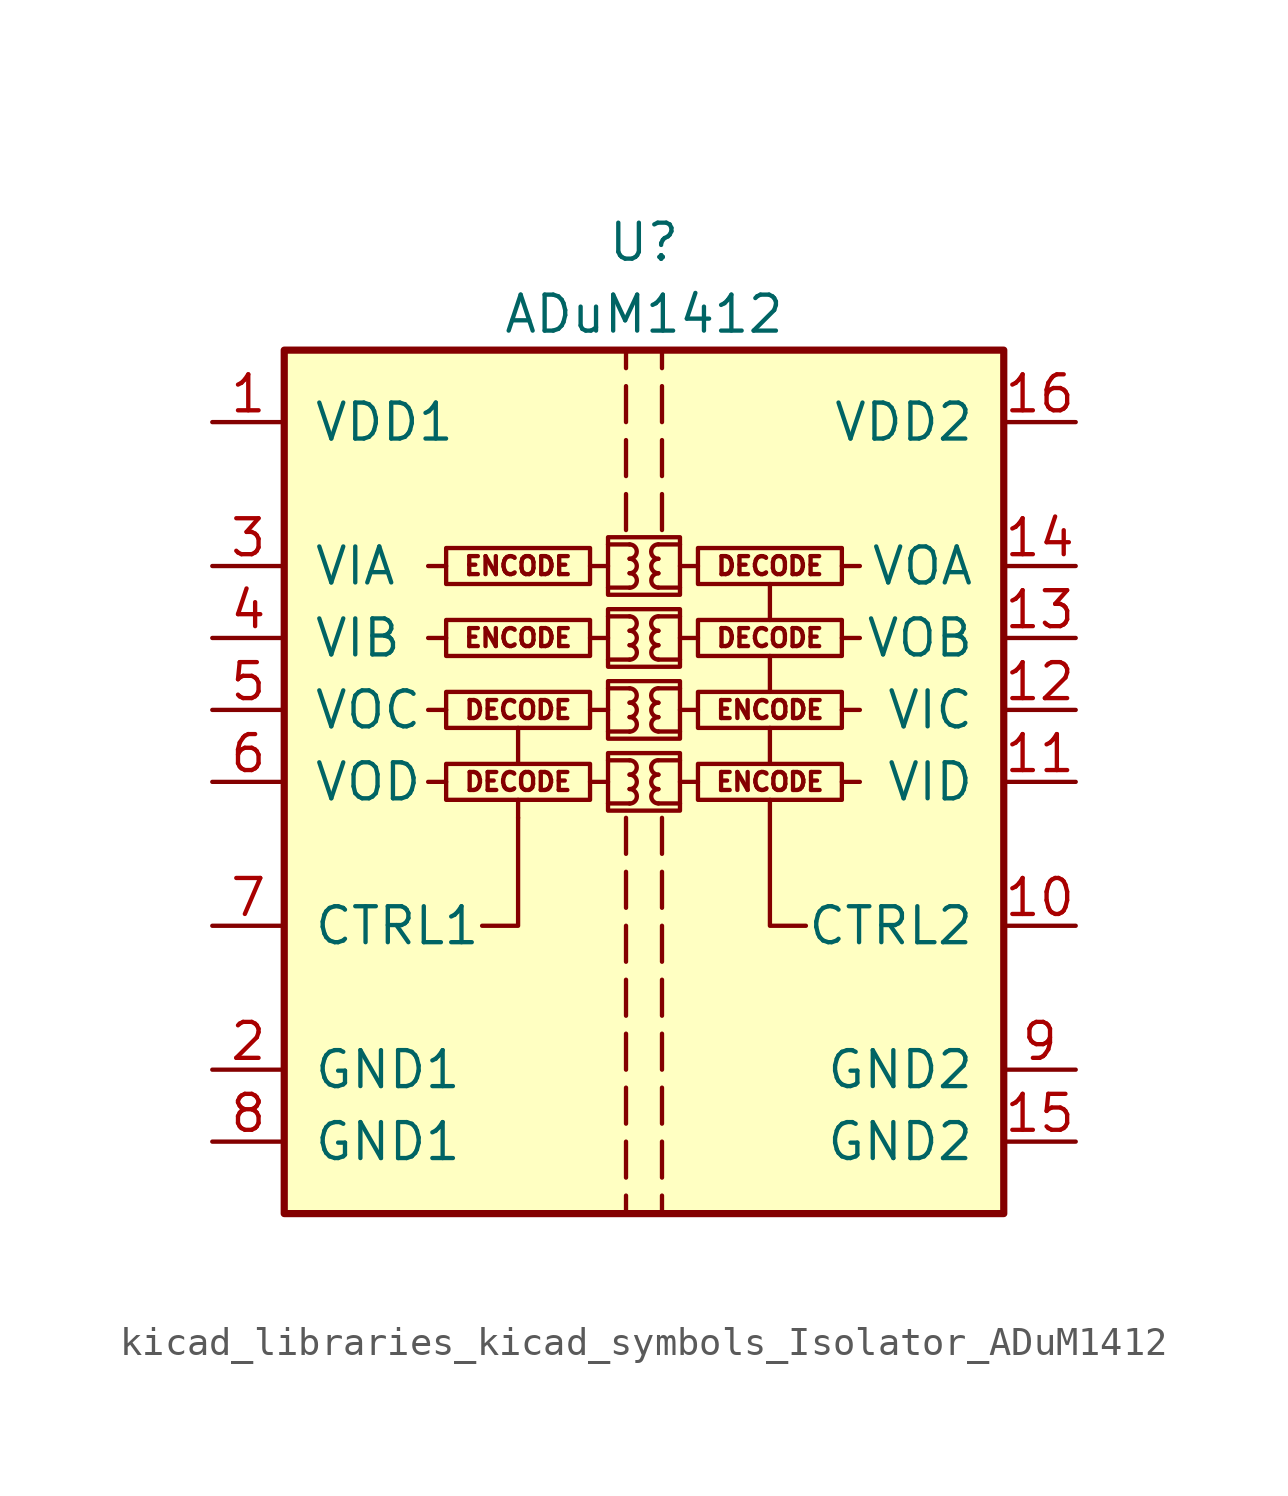
<source format=kicad_sym>
(kicad_symbol_lib
  (version 20220914)
  (generator kicad_symbol_editor)
  (symbol "kicad_libraries_kicad_symbols_Isolator_ADuM1412"
    (pin_names
      (offset 1.016))
    (property "Reference" "U"
      (at 0 19.05 0)
      (effects (font (size 1.27 1.27))))
    (property "Value" "ADuM1412"
      (at 0 16.51 0)
      (effects (font (size 1.27 1.27))))
    (symbol "kicad_libraries_kicad_symbols_Isolator_ADuM1412_0_0"
      (rectangle (start -1.905 0.635) (end -6.985 -0.635) (stroke (width 0) (type default)) (fill (type none)))
      (rectangle (start -1.27 1.016) (end 1.27 -1.016) (stroke (width 0) (type default)) (fill (type none)))
      (rectangle (start -1.27 3.556) (end 1.27 1.524) (stroke (width 0) (type default)) (fill (type none)))
      (rectangle (start -1.27 6.096) (end 1.27 4.064) (stroke (width 0) (type default)) (fill (type none)))
      (rectangle (start -1.27 8.636) (end 1.27 6.604) (stroke (width 0) (type default)) (fill (type none)))
      (arc (start -0.508 -0.762) (mid -0.2551 -0.508) (end -0.508 -0.254) (stroke (width 0) (type default)) (fill (type none)))
      (arc (start -0.508 -0.254) (mid -0.2551 0) (end -0.508 0.254) (stroke (width 0) (type default)) (fill (type none)))
      (arc (start -0.508 0.254) (mid -0.2551 0.508) (end -0.508 0.762) (stroke (width 0) (type default)) (fill (type none)))
      (arc (start -0.508 1.778) (mid -0.2551 2.032) (end -0.508 2.286) (stroke (width 0) (type default)) (fill (type none)))
      (arc (start -0.508 2.286) (mid -0.2551 2.54) (end -0.508 2.794) (stroke (width 0) (type default)) (fill (type none)))
      (arc (start -0.508 2.794) (mid -0.2551 3.048) (end -0.508 3.302) (stroke (width 0) (type default)) (fill (type none)))
      (arc (start -0.508 4.318) (mid -0.2551 4.572) (end -0.508 4.826) (stroke (width 0) (type default)) (fill (type none)))
      (arc (start -0.508 4.826) (mid -0.2551 5.08) (end -0.508 5.334) (stroke (width 0) (type default)) (fill (type none)))
      (arc (start -0.508 5.334) (mid -0.2551 5.588) (end -0.508 5.842) (stroke (width 0) (type default)) (fill (type none)))
      (arc (start -0.508 6.858) (mid -0.2551 7.112) (end -0.508 7.366) (stroke (width 0) (type default)) (fill (type none)))
      (arc (start -0.508 7.366) (mid -0.2551 7.62) (end -0.508 7.874) (stroke (width 0) (type default)) (fill (type none)))
      (arc (start -0.508 7.874) (mid -0.2551 8.128) (end -0.508 8.382) (stroke (width 0) (type default)) (fill (type none)))
      (polyline (pts (xy -6.985 0) (xy -7.62 0)) (stroke (width 0) (type default)) (fill (type none)))
      (polyline (pts (xy -6.985 2.54) (xy -7.62 2.54)) (stroke (width 0) (type default)) (fill (type none)))
      (polyline (pts (xy -6.985 5.08) (xy -7.62 5.08)) (stroke (width 0) (type default)) (fill (type none)))
      (polyline (pts (xy -6.985 7.62) (xy -7.62 7.62)) (stroke (width 0) (type default)) (fill (type none)))
      (polyline (pts (xy -4.445 -1.27) (xy -4.445 -0.635)) (stroke (width 0) (type default)) (fill (type none)))
      (polyline (pts (xy -4.445 0.635) (xy -4.445 1.905)) (stroke (width 0) (type default)) (fill (type none)))
      (polyline (pts (xy -1.905 0) (xy -1.27 0)) (stroke (width 0) (type default)) (fill (type none)))
      (polyline (pts (xy -1.905 2.54) (xy -1.27 2.54)) (stroke (width 0) (type default)) (fill (type none)))
      (polyline (pts (xy -1.905 5.08) (xy -1.27 5.08)) (stroke (width 0) (type default)) (fill (type none)))
      (polyline (pts (xy -1.905 7.62) (xy -1.27 7.62)) (stroke (width 0) (type default)) (fill (type none)))
      (polyline (pts (xy -1.27 -0.762) (xy -0.508 -0.762)) (stroke (width 0) (type default)) (fill (type none)))
      (polyline (pts (xy -1.27 0.762) (xy -0.508 0.762)) (stroke (width 0) (type default)) (fill (type none)))
      (polyline (pts (xy -1.27 1.778) (xy -0.508 1.778)) (stroke (width 0) (type default)) (fill (type none)))
      (polyline (pts (xy -1.27 3.302) (xy -0.508 3.302)) (stroke (width 0) (type default)) (fill (type none)))
      (polyline (pts (xy -1.27 4.318) (xy -0.508 4.318)) (stroke (width 0) (type default)) (fill (type none)))
      (polyline (pts (xy -1.27 5.842) (xy -0.508 5.842)) (stroke (width 0) (type default)) (fill (type none)))
      (polyline (pts (xy -1.27 6.858) (xy -0.508 6.858)) (stroke (width 0) (type default)) (fill (type none)))
      (polyline (pts (xy -1.27 8.382) (xy -0.508 8.382)) (stroke (width 0) (type default)) (fill (type none)))
      (polyline (pts (xy -0.635 -10.795) (xy -0.635 -12.065)) (stroke (width 0) (type default)) (fill (type none)))
      (polyline (pts (xy -0.635 -8.89) (xy -0.635 -10.16)) (stroke (width 0) (type default)) (fill (type none)))
      (polyline (pts (xy -0.635 -6.985) (xy -0.635 -8.255)) (stroke (width 0) (type default)) (fill (type none)))
      (polyline (pts (xy -0.635 -5.08) (xy -0.635 -6.35)) (stroke (width 0) (type default)) (fill (type none)))
      (polyline (pts (xy -0.635 -3.175) (xy -0.635 -4.445)) (stroke (width 0) (type default)) (fill (type none)))
      (polyline (pts (xy -0.635 -1.27) (xy -0.635 -2.54)) (stroke (width 0) (type default)) (fill (type none)))
      (polyline (pts (xy -0.635 8.89) (xy -0.635 10.16)) (stroke (width 0) (type default)) (fill (type none)))
      (polyline (pts (xy -0.635 10.795) (xy -0.635 12.065)) (stroke (width 0) (type default)) (fill (type none)))
      (polyline (pts (xy -0.635 12.7) (xy -0.635 13.97)) (stroke (width 0) (type default)) (fill (type none)))
      (polyline (pts (xy -0.635 15.24) (xy -0.635 14.605)) (stroke (width 0) (type default)) (fill (type none)))
      (polyline (pts (xy 0.635 -10.795) (xy 0.635 -12.065)) (stroke (width 0) (type default)) (fill (type none)))
      (polyline (pts (xy 0.635 -8.89) (xy 0.635 -10.16)) (stroke (width 0) (type default)) (fill (type none)))
      (polyline (pts (xy 0.635 -6.985) (xy 0.635 -8.255)) (stroke (width 0) (type default)) (fill (type none)))
      (polyline (pts (xy 0.635 -5.08) (xy 0.635 -6.35)) (stroke (width 0) (type default)) (fill (type none)))
      (polyline (pts (xy 0.635 -3.175) (xy 0.635 -4.445)) (stroke (width 0) (type default)) (fill (type none)))
      (polyline (pts (xy 0.635 -1.27) (xy 0.635 -2.54)) (stroke (width 0) (type default)) (fill (type none)))
      (polyline (pts (xy 0.635 8.89) (xy 0.635 10.16)) (stroke (width 0) (type default)) (fill (type none)))
      (polyline (pts (xy 0.635 12.065) (xy 0.635 10.795)) (stroke (width 0) (type default)) (fill (type none)))
      (polyline (pts (xy 0.635 13.97) (xy 0.635 12.7)) (stroke (width 0) (type default)) (fill (type none)))
      (polyline (pts (xy 0.635 14.605) (xy 0.635 15.24)) (stroke (width 0) (type default)) (fill (type none)))
      (polyline (pts (xy 1.27 -0.762) (xy 0.508 -0.762)) (stroke (width 0) (type default)) (fill (type none)))
      (polyline (pts (xy 1.27 0.762) (xy 0.508 0.762)) (stroke (width 0) (type default)) (fill (type none)))
      (polyline (pts (xy 1.27 1.778) (xy 0.508 1.778)) (stroke (width 0) (type default)) (fill (type none)))
      (polyline (pts (xy 1.27 3.302) (xy 0.508 3.302)) (stroke (width 0) (type default)) (fill (type none)))
      (polyline (pts (xy 1.27 4.318) (xy 0.508 4.318)) (stroke (width 0) (type default)) (fill (type none)))
      (polyline (pts (xy 1.27 5.842) (xy 0.508 5.842)) (stroke (width 0) (type default)) (fill (type none)))
      (polyline (pts (xy 1.27 6.858) (xy 0.508 6.858)) (stroke (width 0) (type default)) (fill (type none)))
      (polyline (pts (xy 1.27 8.382) (xy 0.508 8.382)) (stroke (width 0) (type default)) (fill (type none)))
      (polyline (pts (xy 1.905 0) (xy 1.27 0)) (stroke (width 0) (type default)) (fill (type none)))
      (polyline (pts (xy 1.905 2.54) (xy 1.27 2.54)) (stroke (width 0) (type default)) (fill (type none)))
      (polyline (pts (xy 1.905 5.08) (xy 1.27 5.08)) (stroke (width 0) (type default)) (fill (type none)))
      (polyline (pts (xy 1.905 7.62) (xy 1.27 7.62)) (stroke (width 0) (type default)) (fill (type none)))
      (polyline (pts (xy 4.445 0.635) (xy 4.445 1.905)) (stroke (width 0) (type default)) (fill (type none)))
      (polyline (pts (xy 4.445 3.175) (xy 4.445 4.445)) (stroke (width 0) (type default)) (fill (type none)))
      (polyline (pts (xy 4.445 5.715) (xy 4.445 6.985)) (stroke (width 0) (type default)) (fill (type none)))
      (polyline (pts (xy 6.985 0) (xy 7.62 0)) (stroke (width 0) (type default)) (fill (type none)))
      (polyline (pts (xy 6.985 2.54) (xy 7.62 2.54)) (stroke (width 0) (type default)) (fill (type none)))
      (polyline (pts (xy 6.985 5.08) (xy 7.62 5.08)) (stroke (width 0) (type default)) (fill (type none)))
      (polyline (pts (xy 6.985 7.62) (xy 7.62 7.62)) (stroke (width 0) (type default)) (fill (type none)))
      (polyline (pts (xy -4.445 -1.27) (xy -4.445 -5.08) (xy -5.715 -5.08)) (stroke (width 0) (type default)) (fill (type none)))
      (polyline (pts (xy 5.715 -5.08) (xy 4.445 -5.08) (xy 4.445 -0.635)) (stroke (width 0) (type default)) (fill (type none)))
      (arc (start 0.508 -0.254) (mid 0.2551 -0.508) (end 0.508 -0.762) (stroke (width 0) (type default)) (fill (type none)))
      (arc (start 0.508 0.254) (mid 0.2551 0) (end 0.508 -0.254) (stroke (width 0) (type default)) (fill (type none)))
      (arc (start 0.508 0.762) (mid 0.2551 0.508) (end 0.508 0.254) (stroke (width 0) (type default)) (fill (type none)))
      (arc (start 0.508 2.286) (mid 0.2551 2.032) (end 0.508 1.778) (stroke (width 0) (type default)) (fill (type none)))
      (arc (start 0.508 2.794) (mid 0.2551 2.54) (end 0.508 2.286) (stroke (width 0) (type default)) (fill (type none)))
      (arc (start 0.508 3.302) (mid 0.2551 3.048) (end 0.508 2.794) (stroke (width 0) (type default)) (fill (type none)))
      (arc (start 0.508 4.826) (mid 0.2551 4.572) (end 0.508 4.318) (stroke (width 0) (type default)) (fill (type none)))
      (arc (start 0.508 5.334) (mid 0.2551 5.08) (end 0.508 4.826) (stroke (width 0) (type default)) (fill (type none)))
      (arc (start 0.508 5.842) (mid 0.2551 5.588) (end 0.508 5.334) (stroke (width 0) (type default)) (fill (type none)))
      (arc (start 0.508 7.366) (mid 0.2551 7.112) (end 0.508 6.858) (stroke (width 0) (type default)) (fill (type none)))
      (arc (start 0.508 7.874) (mid 0.2551 7.62) (end 0.508 7.366) (stroke (width 0) (type default)) (fill (type none)))
      (arc (start 0.508 8.382) (mid 0.2551 8.128) (end 0.508 7.874) (stroke (width 0) (type default)) (fill (type none)))
      (rectangle (start 1.905 0.635) (end 6.985 -0.635) (stroke (width 0) (type default)) (fill (type none)))
      (rectangle (start 1.905 3.175) (end 6.985 1.905) (stroke (width 0) (type default)) (fill (type none)))
      (rectangle (start 1.905 5.715) (end 6.985 4.445) (stroke (width 0) (type default)) (fill (type none)))
      (rectangle (start 1.905 8.255) (end 6.985 6.985) (stroke (width 0) (type default)) (fill (type none)))
      (text "DECODE" (at -4.445 0 0) (effects (font (size 0.635 0.635))))
      (text "DECODE" (at -4.445 2.54 0) (effects (font (size 0.635 0.635))))
      (text "DECODE" (at 4.445 5.08 0) (effects (font (size 0.635 0.635))))
      (text "DECODE" (at 4.445 7.62 0) (effects (font (size 0.635 0.635))))
      (text "ENCODE" (at -4.445 5.08 0) (effects (font (size 0.635 0.635))))
      (text "ENCODE" (at -4.445 7.62 0) (effects (font (size 0.635 0.635))))
      (text "ENCODE" (at 4.445 0 0) (effects (font (size 0.635 0.635))))
      (text "ENCODE" (at 4.445 2.54 0) (effects (font (size 0.635 0.635)))))
    (symbol "kicad_libraries_kicad_symbols_Isolator_ADuM1412_0_1"
      (rectangle (start -12.7 15.24) (end 12.7 -15.24) (stroke (width 0.254) (type default)) (fill (type background)))
      (rectangle (start -1.905 3.175) (end -6.985 1.905) (stroke (width 0) (type default)) (fill (type none)))
      (rectangle (start -1.905 5.715) (end -6.985 4.445) (stroke (width 0) (type default)) (fill (type none)))
      (rectangle (start -1.905 8.255) (end -6.985 6.985) (stroke (width 0) (type default)) (fill (type none)))
      (polyline (pts (xy -0.635 -14.605) (xy -0.635 -15.24)) (stroke (width 0) (type default)) (fill (type none)))
      (polyline (pts (xy -0.635 -12.7) (xy -0.635 -13.97)) (stroke (width 0) (type default)) (fill (type none)))
      (polyline (pts (xy 0.635 -14.605) (xy 0.635 -15.24)) (stroke (width 0) (type default)) (fill (type none)))
      (polyline (pts (xy 0.635 -12.7) (xy 0.635 -13.97)) (stroke (width 0) (type default)) (fill (type none))))
    (symbol "kicad_libraries_kicad_symbols_Isolator_ADuM1412_1_1"
      (pin power_in line (at -15.24 12.7 0) (length 2.54) (name "VDD1" (effects (font (size 1.27 1.27)))) (number "1" (effects (font (size 1.27 1.27)))))
      (pin input line (at 15.24 -5.08 180) (length 2.54) (name "CTRL2" (effects (font (size 1.27 1.27)))) (number "10" (effects (font (size 1.27 1.27)))))
      (pin input line (at 15.24 0 180) (length 2.54) (name "VID" (effects (font (size 1.27 1.27)))) (number "11" (effects (font (size 1.27 1.27)))))
      (pin input line (at 15.24 2.54 180) (length 2.54) (name "VIC" (effects (font (size 1.27 1.27)))) (number "12" (effects (font (size 1.27 1.27)))))
      (pin output line (at 15.24 5.08 180) (length 2.54) (name "VOB" (effects (font (size 1.27 1.27)))) (number "13" (effects (font (size 1.27 1.27)))))
      (pin output line (at 15.24 7.62 180) (length 2.54) (name "VOA" (effects (font (size 1.27 1.27)))) (number "14" (effects (font (size 1.27 1.27)))))
      (pin power_in line (at 15.24 -12.7 180) (length 2.54) (name "GND2" (effects (font (size 1.27 1.27)))) (number "15" (effects (font (size 1.27 1.27)))))
      (pin power_in line (at 15.24 12.7 180) (length 2.54) (name "VDD2" (effects (font (size 1.27 1.27)))) (number "16" (effects (font (size 1.27 1.27)))))
      (pin power_in line (at -15.24 -10.16 0) (length 2.54) (name "GND1" (effects (font (size 1.27 1.27)))) (number "2" (effects (font (size 1.27 1.27)))))
      (pin input line (at -15.24 7.62 0) (length 2.54) (name "VIA" (effects (font (size 1.27 1.27)))) (number "3" (effects (font (size 1.27 1.27)))))
      (pin input line (at -15.24 5.08 0) (length 2.54) (name "VIB" (effects (font (size 1.27 1.27)))) (number "4" (effects (font (size 1.27 1.27)))))
      (pin output line (at -15.24 2.54 0) (length 2.54) (name "VOC" (effects (font (size 1.27 1.27)))) (number "5" (effects (font (size 1.27 1.27)))))
      (pin output line (at -15.24 0 0) (length 2.54) (name "VOD" (effects (font (size 1.27 1.27)))) (number "6" (effects (font (size 1.27 1.27)))))
      (pin input line (at -15.24 -5.08 0) (length 2.54) (name "CTRL1" (effects (font (size 1.27 1.27)))) (number "7" (effects (font (size 1.27 1.27)))))
      (pin power_in line (at -15.24 -12.7 0) (length 2.54) (name "GND1" (effects (font (size 1.27 1.27)))) (number "8" (effects (font (size 1.27 1.27)))))
      (pin power_in line (at 15.24 -10.16 180) (length 2.54) (name "GND2" (effects (font (size 1.27 1.27)))) (number "9" (effects (font (size 1.27 1.27))))))))
</source>
